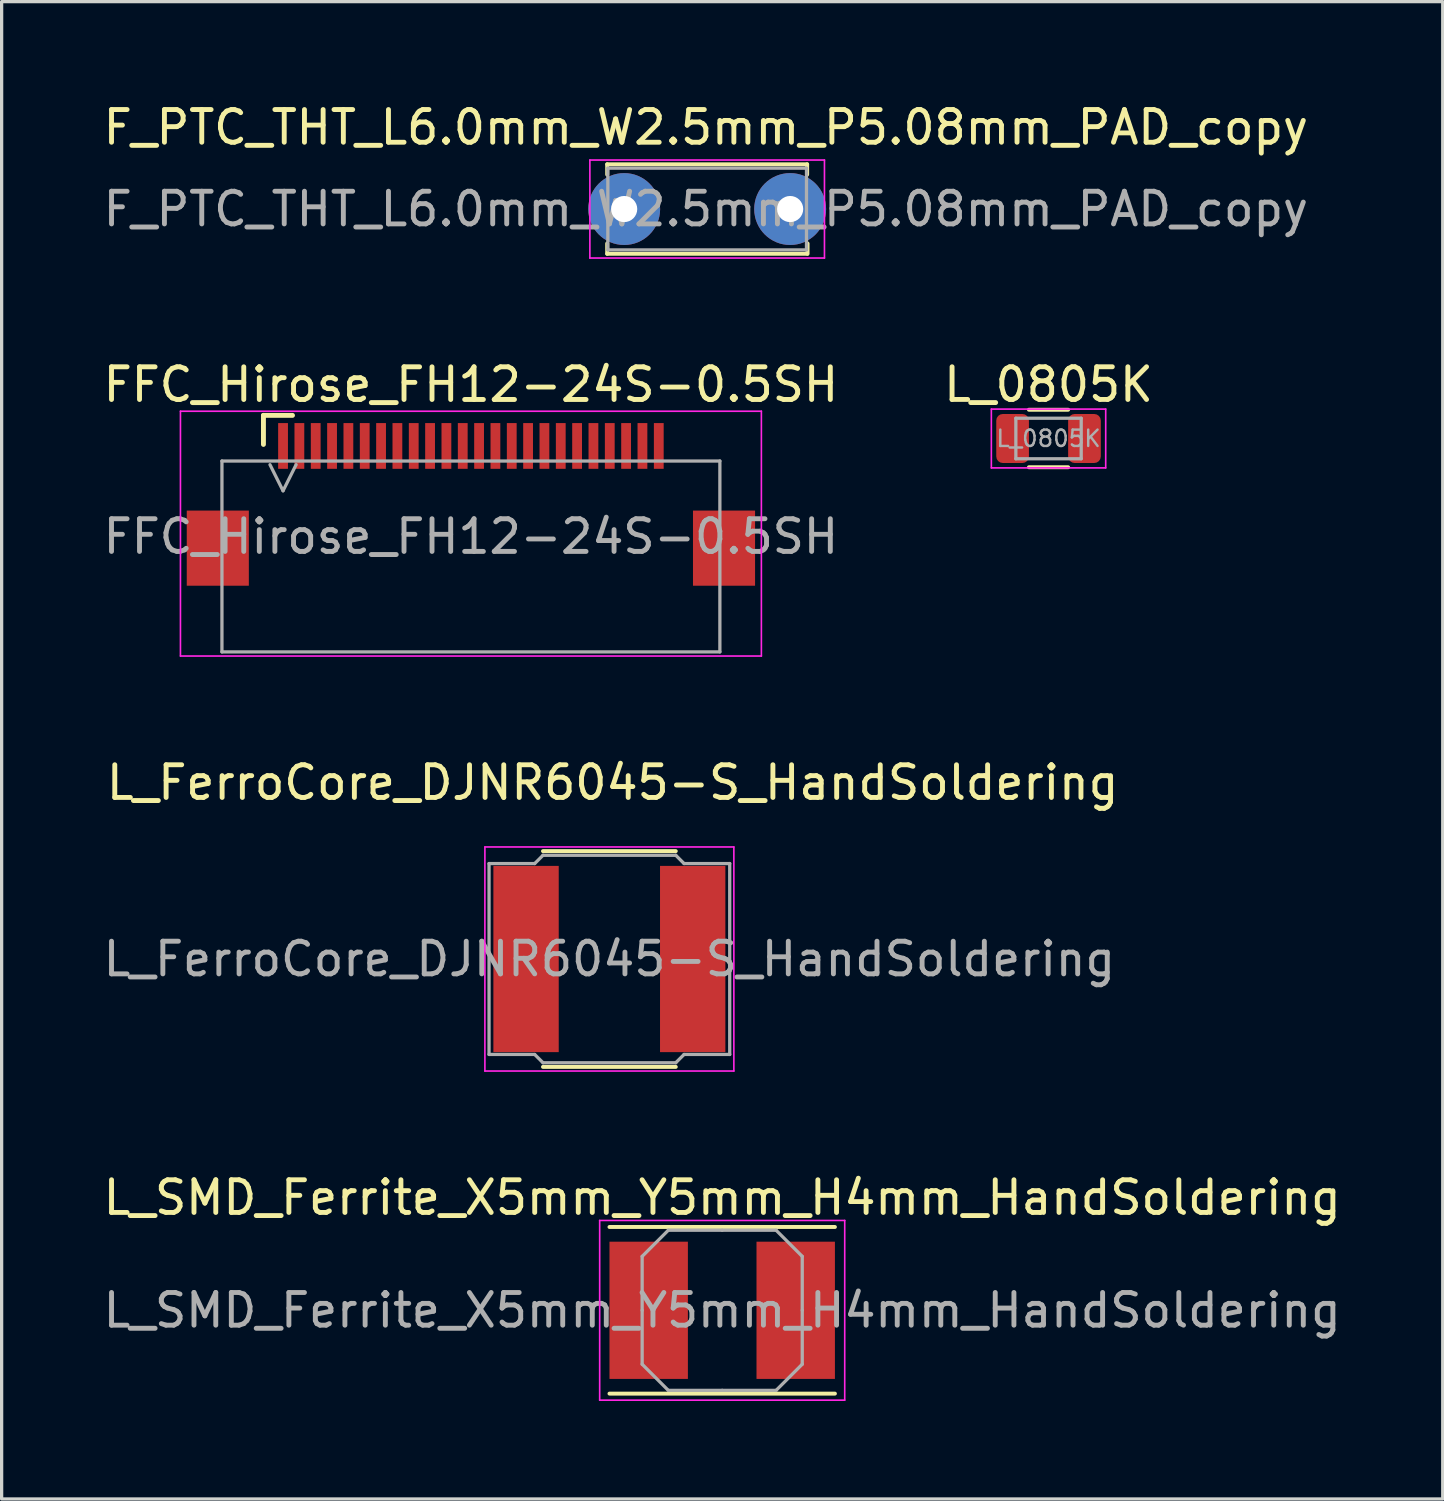
<source format=kicad_pcb>
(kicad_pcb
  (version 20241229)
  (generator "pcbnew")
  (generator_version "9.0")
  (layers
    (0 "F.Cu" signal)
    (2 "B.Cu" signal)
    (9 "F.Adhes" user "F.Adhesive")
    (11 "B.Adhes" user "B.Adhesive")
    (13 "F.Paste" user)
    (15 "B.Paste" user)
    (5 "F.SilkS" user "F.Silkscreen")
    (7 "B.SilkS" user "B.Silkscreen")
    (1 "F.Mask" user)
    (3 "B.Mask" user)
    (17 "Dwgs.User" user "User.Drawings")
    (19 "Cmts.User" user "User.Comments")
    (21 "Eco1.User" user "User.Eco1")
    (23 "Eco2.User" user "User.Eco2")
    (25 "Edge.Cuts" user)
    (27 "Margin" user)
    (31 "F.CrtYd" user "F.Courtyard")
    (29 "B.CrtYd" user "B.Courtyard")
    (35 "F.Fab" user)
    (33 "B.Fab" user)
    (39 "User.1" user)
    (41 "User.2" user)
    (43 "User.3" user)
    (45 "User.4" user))
  (footprint "L_FerroCore_DJNR6045-S_HandSoldering"
    (layer "F.Cu")
    (at 15.601 26.302)
    (property "Reference" "L_FerroCore_DJNR6045-S_HandSoldering" (at 0.1 -5.4 180) (layer "F.SilkS") (effects (font (size 1 1) (thickness 0.15))))
    (attr smd)
    (fp_line (start 2.032 -3.302) (end -2.032 -3.302) (stroke (width 0.12) (type solid)) (layer "F.SilkS"))
    (fp_line (start 2.032 3.302) (end -2.032 3.302) (stroke (width 0.12) (type solid)) (layer "F.SilkS"))
    (fp_line (start -3.81 -3.429) (end -3.81 3.429) (stroke (width 0.05) (type solid)) (layer "F.CrtYd"))
    (fp_line (start -3.81 3.429) (end 3.81 3.429) (stroke (width 0.05) (type solid)) (layer "F.CrtYd"))
    (fp_line (start 3.81 -3.429) (end -3.81 -3.429) (stroke (width 0.05) (type solid)) (layer "F.CrtYd"))
    (fp_line (start 3.81 3.429) (end 3.81 -3.429) (stroke (width 0.05) (type solid)) (layer "F.CrtYd"))
    (fp_line (start -3.683 2.921) (end -3.683 -2.921) (stroke (width 0.1) (type solid)) (layer "F.Fab"))
    (fp_line (start -2.286 -2.921) (end -3.683 -2.921) (stroke (width 0.1) (type solid)) (layer "F.Fab"))
    (fp_line (start -2.286 2.921) (end -3.683 2.921) (stroke (width 0.1) (type solid)) (layer "F.Fab"))
    (fp_line (start -2.032 -3.175) (end -2.286 -2.921) (stroke (width 0.1) (type solid)) (layer "F.Fab"))
    (fp_line (start -2.032 3.175) (end -2.286 2.921) (stroke (width 0.1) (type solid)) (layer "F.Fab"))
    (fp_line (start 2.032 -3.175) (end -2.032 -3.175) (stroke (width 0.1) (type solid)) (layer "F.Fab"))
    (fp_line (start 2.032 -3.175) (end 2.286 -2.921) (stroke (width 0.1) (type solid)) (layer "F.Fab"))
    (fp_line (start 2.032 3.175) (end -2.032 3.175) (stroke (width 0.1) (type solid)) (layer "F.Fab"))
    (fp_line (start 2.032 3.175) (end 2.286 2.921) (stroke (width 0.1) (type solid)) (layer "F.Fab"))
    (fp_line (start 2.286 -2.921) (end 3.683 -2.921) (stroke (width 0.1) (type solid)) (layer "F.Fab"))
    (fp_line (start 2.286 2.921) (end 3.683 2.921) (stroke (width 0.1) (type solid)) (layer "F.Fab"))
    (fp_line (start 3.683 -2.921) (end 3.683 2.921) (stroke (width 0.1) (type solid)) (layer "F.Fab"))
    (fp_text user "${REFERENCE}" (at 0 0 0) (layer "F.Fab") (effects (font (size 1 1) (thickness 0.15))))
    (pad "1" smd rect (at -2.55 0 270) (size 5.7 2) (layers "F.Cu" "F.Mask" "F.Paste"))
    (pad "2" smd rect (at 2.55 0 270) (size 5.7 2) (layers "F.Cu" "F.Mask" "F.Paste")))
  (footprint "L_SMD_Ferrite_X5mm_Y5mm_H4mm_HandSoldering"
    (layer "F.Cu")
    (at 19.054 37.054)
    (property "Reference" "L_SMD_Ferrite_X5mm_Y5mm_H4mm_HandSoldering" (at 0 -3.45 0) (layer "F.SilkS") (effects (font (size 1 1) (thickness 0.15))))
    (attr smd)
    (fp_line (start -3.45 -2.55) (end 3.45 -2.55) (stroke (width 0.12) (type solid)) (layer "F.SilkS"))
    (fp_line (start -3.45 2.55) (end 3.45 2.55) (stroke (width 0.12) (type solid)) (layer "F.SilkS"))
    (fp_line (start -3.75 -2.75) (end -3.75 2.75) (stroke (width 0.05) (type solid)) (layer "F.CrtYd"))
    (fp_line (start -3.75 2.75) (end 3.75 2.75) (stroke (width 0.05) (type solid)) (layer "F.CrtYd"))
    (fp_line (start 3.75 -2.75) (end -3.75 -2.75) (stroke (width 0.05) (type solid)) (layer "F.CrtYd"))
    (fp_line (start 3.75 2.75) (end 3.75 -2.75) (stroke (width 0.05) (type solid)) (layer "F.CrtYd"))
    (fp_line (start -2.45 -1.65) (end -1.65 -2.45) (stroke (width 0.1) (type solid)) (layer "F.Fab"))
    (fp_line (start -2.45 0) (end -2.45 -1.65) (stroke (width 0.1) (type solid)) (layer "F.Fab"))
    (fp_line (start -2.45 0) (end -2.45 1.65) (stroke (width 0.1) (type solid)) (layer "F.Fab"))
    (fp_line (start -2.45 1.65) (end -1.65 2.45) (stroke (width 0.1) (type solid)) (layer "F.Fab"))
    (fp_line (start -1.65 -2.45) (end 0 -2.45) (stroke (width 0.1) (type solid)) (layer "F.Fab"))
    (fp_line (start -1.65 2.45) (end 0 2.45) (stroke (width 0.1) (type solid)) (layer "F.Fab"))
    (fp_line (start 1.65 -2.45) (end 0 -2.45) (stroke (width 0.1) (type solid)) (layer "F.Fab"))
    (fp_line (start 1.65 2.45) (end 0 2.45) (stroke (width 0.1) (type solid)) (layer "F.Fab"))
    (fp_line (start 2.45 -1.65) (end 1.65 -2.45) (stroke (width 0.1) (type solid)) (layer "F.Fab"))
    (fp_line (start 2.45 0) (end 2.45 -1.65) (stroke (width 0.1) (type solid)) (layer "F.Fab"))
    (fp_line (start 2.45 0) (end 2.45 1.65) (stroke (width 0.1) (type solid)) (layer "F.Fab"))
    (fp_line (start 2.45 1.65) (end 1.65 2.45) (stroke (width 0.1) (type solid)) (layer "F.Fab"))
    (fp_text user "${REFERENCE}" (at 0 0 0) (layer "F.Fab") (effects (font (size 1 1) (thickness 0.15))))
    (pad "1" smd rect (at -2.25 0) (size 2.4 4.2) (layers "F.Cu" "F.Mask" "F.Paste"))
    (pad "2" smd rect (at 2.25 0) (size 2.4 4.2) (layers "F.Cu" "F.Mask" "F.Paste")))
  (footprint "FFC_Hirose_FH12-24S-0.5SH"
    (layer "F.Cu")
    (at 11.363 11.822)
    (property "Reference" "FFC_Hirose_FH12-24S-0.5SH" (at 0 -3.1 0) (layer "F.SilkS") (effects (font (size 1 1) (thickness 0.15))))
    (attr smd)
    (fp_line (start -6.35 -2.159) (end -6.35 -1.27) (stroke (width 0.15) (type solid)) (layer "F.SilkS"))
    (fp_line (start -5.461 -2.159) (end -6.35 -2.159) (stroke (width 0.15) (type solid)) (layer "F.SilkS"))
    (fp_line (start -8.89 -2.286) (end -8.89 5.207) (stroke (width 0.05) (type solid)) (layer "F.CrtYd"))
    (fp_line (start -8.89 5.207) (end 8.89 5.207) (stroke (width 0.05) (type solid)) (layer "F.CrtYd"))
    (fp_line (start 8.89 -2.286) (end -8.89 -2.286) (stroke (width 0.05) (type solid)) (layer "F.CrtYd"))
    (fp_line (start 8.89 5.207) (end 8.89 -2.286) (stroke (width 0.05) (type solid)) (layer "F.CrtYd"))
    (fp_line (start -7.62 -0.762) (end 7.62 -0.762) (stroke (width 0.1) (type solid)) (layer "F.Fab"))
    (fp_line (start -7.62 5.08) (end -7.62 -0.762) (stroke (width 0.1) (type solid)) (layer "F.Fab"))
    (fp_line (start -6.15 -0.65) (end -5.75 0.15) (stroke (width 0.1) (type solid)) (layer "F.Fab"))
    (fp_line (start -5.75 0.15) (end -5.35 -0.65) (stroke (width 0.1) (type solid)) (layer "F.Fab"))
    (fp_line (start 7.62 -0.762) (end 7.62 5.08) (stroke (width 0.1) (type solid)) (layer "F.Fab"))
    (fp_line (start 7.62 5.08) (end -7.62 5.08) (stroke (width 0.1) (type solid)) (layer "F.Fab"))
    (fp_text user "${REFERENCE}" (at 0 1.55 0) (layer "F.Fab") (effects (font (size 1 1) (thickness 0.15))))
    (pad "1" smd rect (at -5.75 -1.223) (size 0.3 1.4) (layers "F.Cu" "F.Mask" "F.Paste"))
    (pad "2" smd rect (at -5.25 -1.223) (size 0.3 1.4) (layers "F.Cu" "F.Mask" "F.Paste"))
    (pad "3" smd rect (at -4.75 -1.223) (size 0.3 1.4) (layers "F.Cu" "F.Mask" "F.Paste"))
    (pad "4" smd rect (at -4.25 -1.223) (size 0.3 1.4) (layers "F.Cu" "F.Mask" "F.Paste"))
    (pad "5" smd rect (at -3.75 -1.223) (size 0.3 1.4) (layers "F.Cu" "F.Mask" "F.Paste"))
    (pad "6" smd rect (at -3.25 -1.223) (size 0.3 1.4) (layers "F.Cu" "F.Mask" "F.Paste"))
    (pad "7" smd rect (at -2.75 -1.223) (size 0.3 1.4) (layers "F.Cu" "F.Mask" "F.Paste"))
    (pad "8" smd rect (at -2.25 -1.223) (size 0.3 1.4) (layers "F.Cu" "F.Mask" "F.Paste"))
    (pad "9" smd rect (at -1.75 -1.223) (size 0.3 1.4) (layers "F.Cu" "F.Mask" "F.Paste"))
    (pad "10" smd rect (at -1.25 -1.223) (size 0.3 1.4) (layers "F.Cu" "F.Mask" "F.Paste"))
    (pad "11" smd rect (at -0.75 -1.223) (size 0.3 1.4) (layers "F.Cu" "F.Mask" "F.Paste"))
    (pad "12" smd rect (at -0.25 -1.223) (size 0.3 1.4) (layers "F.Cu" "F.Mask" "F.Paste"))
    (pad "13" smd rect (at 0.25 -1.223) (size 0.3 1.4) (layers "F.Cu" "F.Mask" "F.Paste"))
    (pad "14" smd rect (at 0.75 -1.223) (size 0.3 1.4) (layers "F.Cu" "F.Mask" "F.Paste"))
    (pad "15" smd rect (at 1.25 -1.223) (size 0.3 1.4) (layers "F.Cu" "F.Mask" "F.Paste"))
    (pad "16" smd rect (at 1.75 -1.223) (size 0.3 1.4) (layers "F.Cu" "F.Mask" "F.Paste"))
    (pad "17" smd rect (at 2.25 -1.223) (size 0.3 1.4) (layers "F.Cu" "F.Mask" "F.Paste"))
    (pad "18" smd rect (at 2.75 -1.223) (size 0.3 1.4) (layers "F.Cu" "F.Mask" "F.Paste"))
    (pad "19" smd rect (at 3.25 -1.223) (size 0.3 1.4) (layers "F.Cu" "F.Mask" "F.Paste"))
    (pad "20" smd rect (at 3.75 -1.223) (size 0.3 1.4) (layers "F.Cu" "F.Mask" "F.Paste"))
    (pad "21" smd rect (at 4.25 -1.223) (size 0.3 1.4) (layers "F.Cu" "F.Mask" "F.Paste"))
    (pad "22" smd rect (at 4.75 -1.223) (size 0.3 1.4) (layers "F.Cu" "F.Mask" "F.Paste"))
    (pad "23" smd rect (at 5.25 -1.223) (size 0.3 1.4) (layers "F.Cu" "F.Mask" "F.Paste"))
    (pad "24" smd rect (at 5.75 -1.223) (size 0.3 1.4) (layers "F.Cu" "F.Mask" "F.Paste"))
    (pad "MP" smd rect (at -7.747 1.905) (size 1.9 2.3) (layers "F.Cu" "F.Mask" "F.Paste"))
    (pad "MP" smd rect (at 7.747 1.905) (size 1.9 2.3) (layers "F.Cu" "F.Mask" "F.Paste")))
  (footprint "F_PTC_THT_L6.0mm_W2.5mm_P5.08mm_PAD_copy"
    (layer "F.Cu")
    (at 16.054 3.348)
    (property "Reference" "F_PTC_THT_L6.0mm_W2.5mm_P5.08mm_PAD_copy" (at 2.5 -2.5 0) (layer "F.SilkS") (effects (font (size 1 1) (thickness 0.15))))
    (attr through_hole)
    (fp_line (start -0.52 -1.37) (end -0.52 -1.055) (stroke (width 0.12) (type solid)) (layer "F.SilkS"))
    (fp_line (start -0.52 -1.37) (end 5.6 -1.37) (stroke (width 0.12) (type solid)) (layer "F.SilkS"))
    (fp_line (start -0.52 1.055) (end -0.52 1.37) (stroke (width 0.12) (type solid)) (layer "F.SilkS"))
    (fp_line (start -0.52 1.37) (end 5.6 1.37) (stroke (width 0.12) (type solid)) (layer "F.SilkS"))
    (fp_line (start 5.6 -1.37) (end 5.6 -1.055) (stroke (width 0.12) (type solid)) (layer "F.SilkS"))
    (fp_line (start 5.613 1.055) (end 5.613 1.37) (stroke (width 0.12) (type solid)) (layer "F.SilkS"))
    (fp_line (start -1.05 -1.5) (end -1.05 1.5) (stroke (width 0.05) (type solid)) (layer "F.CrtYd"))
    (fp_line (start -1.05 1.5) (end 6.13 1.5) (stroke (width 0.05) (type solid)) (layer "F.CrtYd"))
    (fp_line (start 6.13 -1.5) (end -1.05 -1.5) (stroke (width 0.05) (type solid)) (layer "F.CrtYd"))
    (fp_line (start 6.13 1.5) (end 6.13 -1.5) (stroke (width 0.05) (type solid)) (layer "F.CrtYd"))
    (fp_line (start -0.5 -1.25) (end -0.5 1.25) (stroke (width 0.1) (type solid)) (layer "F.Fab"))
    (fp_line (start -0.5 1.25) (end 5.58 1.25) (stroke (width 0.1) (type solid)) (layer "F.Fab"))
    (fp_line (start 5.58 -1.25) (end -0.5 -1.25) (stroke (width 0.1) (type solid)) (layer "F.Fab"))
    (fp_line (start 5.58 1.25) (end 5.58 -1.25) (stroke (width 0.1) (type solid)) (layer "F.Fab"))
    (fp_text user "${REFERENCE}" (at 2.5 0 0) (layer "F.Fab") (effects (font (size 1 1) (thickness 0.15))))
    (pad "1" thru_hole circle (at 0 0) (size 2.2 2.2) (drill 0.8) (layers "*.Cu" "*.Mask"))
    (pad "2" thru_hole circle (at 5.08 0) (size 2.2 2.2) (drill 0.8) (layers "*.Cu" "*.Mask")))
  (footprint "L_0805K"
    (layer "F.Cu")
    (at 29.042 10.371)
    (property "Reference" "L_0805K" (at 0 -1.65 0) (layer "F.SilkS") (effects (font (size 1 1) (thickness 0.15))))
    (attr smd)
    (fp_line (start -0.6 -0.88) (end 0.6 -0.88) (stroke (width 0.12) (type solid)) (layer "F.SilkS"))
    (fp_line (start 0.6 0.88) (end -0.6 0.88) (stroke (width 0.12) (type solid)) (layer "F.SilkS"))
    (fp_line (start -1.75 -0.9) (end -1.75 0.9) (stroke (width 0.05) (type solid)) (layer "F.CrtYd"))
    (fp_line (start -1.75 -0.9) (end 1.75 -0.9) (stroke (width 0.05) (type solid)) (layer "F.CrtYd"))
    (fp_line (start 1.75 0.9) (end -1.75 0.9) (stroke (width 0.05) (type solid)) (layer "F.CrtYd"))
    (fp_line (start 1.75 0.9) (end 1.75 -0.9) (stroke (width 0.05) (type solid)) (layer "F.CrtYd"))
    (fp_line (start -1 -0.62) (end 1 -0.62) (stroke (width 0.1) (type solid)) (layer "F.Fab"))
    (fp_line (start -1 0.62) (end -1 -0.62) (stroke (width 0.1) (type solid)) (layer "F.Fab"))
    (fp_line (start 1 -0.62) (end 1 0.62) (stroke (width 0.1) (type solid)) (layer "F.Fab"))
    (fp_line (start 1 0.62) (end -1 0.62) (stroke (width 0.1) (type solid)) (layer "F.Fab"))
    (fp_text user "${REFERENCE}" (at 0 0 0) (layer "F.Fab") (effects (font (size 0.5 0.5) (thickness 0.075))))
    (pad "1" smd roundrect (at -1.1 0) (size 1 1.5) (layers "F.Cu" "F.Mask" "F.Paste") (roundrect_rratio 0.2))
    (pad "2" smd roundrect (at 1.1 0) (size 1 1.5) (layers "F.Cu" "F.Mask" "F.Paste") (roundrect_rratio 0.2)))
  (gr_rect
    (start -3 -3)
    (end 41.107 42.829)
    (stroke (width 0.1) (type default))
    (fill no)
    (layer "Edge.Cuts")))
</source>
